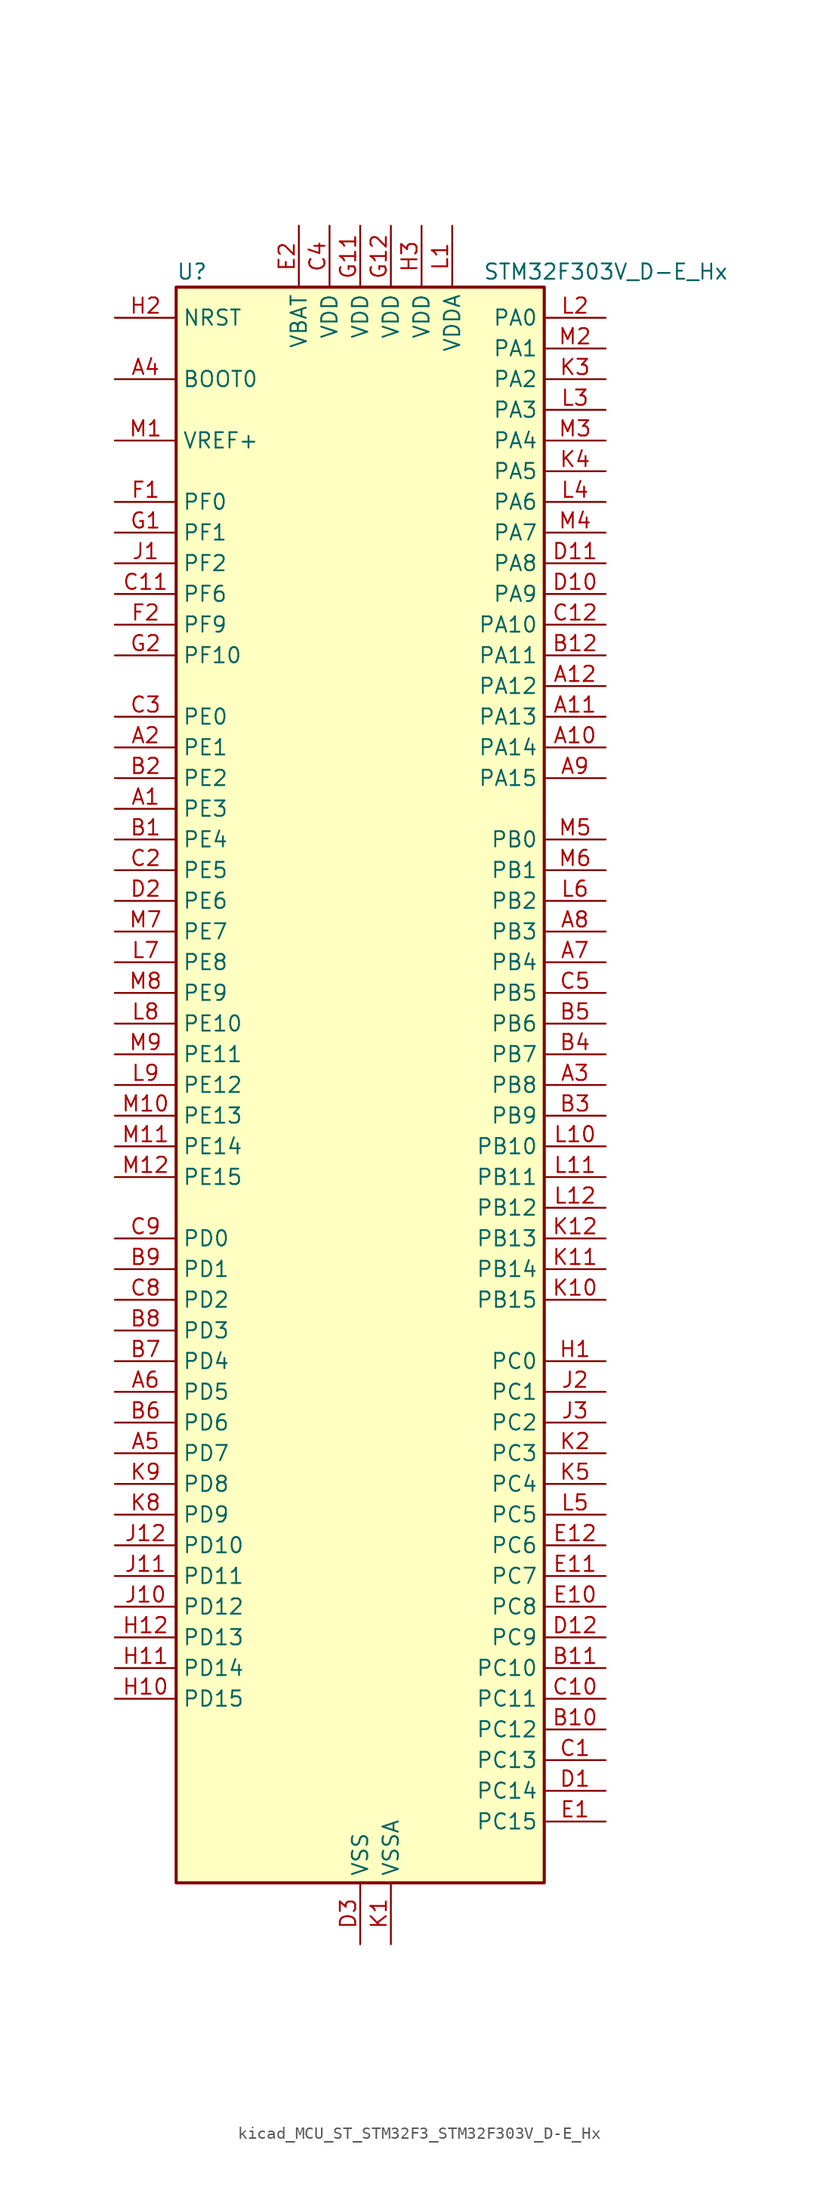
<source format=kicad_sym>
(kicad_symbol_lib
  (version 20220914)
  (generator kicad_symbol_editor)
  (symbol "kicad_MCU_ST_STM32F3_STM32F303V_D-E_Hx"
    (property "Reference" "U"
      (at -15.24 67.31 0)
      (effects (font (size 1.27 1.27)) (justify left)))
    (property "Value" "STM32F303V_D-E_Hx"
      (at 10.16 67.31 0)
      (effects (font (size 1.27 1.27)) (justify left)))
    (property "ki_locked" ""
      (at 0 0 0)
      (effects (font (size 1.27 1.27))))
    (symbol "kicad_MCU_ST_STM32F3_STM32F303V_D-E_Hx_0_1"
      (rectangle (start -15.24 -66.04) (end 15.24 66.04) (stroke (width 0.254) (type default)) (fill (type background))))
    (symbol "kicad_MCU_ST_STM32F3_STM32F303V_D-E_Hx_1_1"
      (pin bidirectional line (at -20.32 22.86 0) (length 5.08) (name "PE3" (effects (font (size 1.27 1.27)))) (number "A1" (effects (font (size 1.27 1.27)))) (alternate "FMC_A19" bidirectional line) (alternate "SPI4_NSS" bidirectional line) (alternate "SYS_TRACED0" bidirectional line) (alternate "TIM20_CH2" bidirectional line) (alternate "TIM3_CH2" bidirectional line) (alternate "TSC_G7_IO2" bidirectional line))
      (pin bidirectional line (at 20.32 27.94 180) (length 5.08) (name "PA14" (effects (font (size 1.27 1.27)))) (number "A10" (effects (font (size 1.27 1.27)))) (alternate "I2C1_SDA" bidirectional line) (alternate "SYS_JTCK-SWCLK" bidirectional line) (alternate "TIM1_BKIN" bidirectional line) (alternate "TIM8_CH2" bidirectional line) (alternate "TSC_G4_IO4" bidirectional line) (alternate "USART2_TX" bidirectional line))
      (pin bidirectional line (at 20.32 30.48 180) (length 5.08) (name "PA13" (effects (font (size 1.27 1.27)))) (number "A11" (effects (font (size 1.27 1.27)))) (alternate "IR_OUT" bidirectional line) (alternate "SYS_JTMS-SWDIO" bidirectional line) (alternate "TIM16_CH1N" bidirectional line) (alternate "TIM4_CH3" bidirectional line) (alternate "TSC_G4_IO3" bidirectional line) (alternate "USART3_CTS" bidirectional line))
      (pin bidirectional line (at 20.32 33.02 180) (length 5.08) (name "PA12" (effects (font (size 1.27 1.27)))) (number "A12" (effects (font (size 1.27 1.27)))) (alternate "CAN_TX" bidirectional line) (alternate "COMP2_OUT" bidirectional line) (alternate "I2S_CKIN" bidirectional line) (alternate "TIM16_CH1" bidirectional line) (alternate "TIM1_CH2N" bidirectional line) (alternate "TIM1_ETR" bidirectional line) (alternate "TIM4_CH2" bidirectional line) (alternate "USART1_DE" bidirectional line) (alternate "USART1_RTS" bidirectional line) (alternate "USB_DP" bidirectional line))
      (pin bidirectional line (at -20.32 27.94 0) (length 5.08) (name "PE1" (effects (font (size 1.27 1.27)))) (number "A2" (effects (font (size 1.27 1.27)))) (alternate "FMC_NBL1" bidirectional line) (alternate "TIM17_CH1" bidirectional line) (alternate "TIM20_CH4" bidirectional line) (alternate "USART1_RX" bidirectional line))
      (pin bidirectional line (at 20.32 0 180) (length 5.08) (name "PB8" (effects (font (size 1.27 1.27)))) (number "A3" (effects (font (size 1.27 1.27)))) (alternate "CAN_RX" bidirectional line) (alternate "COMP1_OUT" bidirectional line) (alternate "I2C1_SCL" bidirectional line) (alternate "TIM16_CH1" bidirectional line) (alternate "TIM1_BKIN" bidirectional line) (alternate "TIM4_CH3" bidirectional line) (alternate "TIM8_CH2" bidirectional line) (alternate "TSC_SYNC" bidirectional line) (alternate "USART3_RX" bidirectional line))
      (pin input line (at -20.32 58.42 0) (length 5.08) (name "BOOT0" (effects (font (size 1.27 1.27)))) (number "A4" (effects (font (size 1.27 1.27)))))
      (pin bidirectional line (at -20.32 -30.48 0) (length 5.08) (name "PD7" (effects (font (size 1.27 1.27)))) (number "A5" (effects (font (size 1.27 1.27)))) (alternate "FMC_NCE2" bidirectional line) (alternate "FMC_NE1" bidirectional line) (alternate "TIM2_CH3" bidirectional line) (alternate "USART2_CK" bidirectional line))
      (pin bidirectional line (at -20.32 -25.4 0) (length 5.08) (name "PD5" (effects (font (size 1.27 1.27)))) (number "A6" (effects (font (size 1.27 1.27)))) (alternate "FMC_NWE" bidirectional line) (alternate "USART2_TX" bidirectional line))
      (pin bidirectional line (at 20.32 10.16 180) (length 5.08) (name "PB4" (effects (font (size 1.27 1.27)))) (number "A7" (effects (font (size 1.27 1.27)))) (alternate "I2S3_ext_SD" bidirectional line) (alternate "SPI1_MISO" bidirectional line) (alternate "SPI3_MISO" bidirectional line) (alternate "SYS_NJTRST" bidirectional line) (alternate "TIM16_CH1" bidirectional line) (alternate "TIM17_BKIN" bidirectional line) (alternate "TIM3_CH1" bidirectional line) (alternate "TIM8_CH2N" bidirectional line) (alternate "TSC_G5_IO2" bidirectional line) (alternate "USART2_RX" bidirectional line))
      (pin bidirectional line (at 20.32 12.7 180) (length 5.08) (name "PB3" (effects (font (size 1.27 1.27)))) (number "A8" (effects (font (size 1.27 1.27)))) (alternate "I2S3_CK" bidirectional line) (alternate "SPI1_SCK" bidirectional line) (alternate "SPI3_SCK" bidirectional line) (alternate "SYS_JTDO-TRACESWO" bidirectional line) (alternate "TIM2_CH2" bidirectional line) (alternate "TIM3_ETR" bidirectional line) (alternate "TIM4_ETR" bidirectional line) (alternate "TIM8_CH1N" bidirectional line) (alternate "TSC_G5_IO1" bidirectional line) (alternate "USART2_TX" bidirectional line))
      (pin bidirectional line (at 20.32 25.4 180) (length 5.08) (name "PA15" (effects (font (size 1.27 1.27)))) (number "A9" (effects (font (size 1.27 1.27)))) (alternate "ADC1_EXTI15" bidirectional line) (alternate "ADC2_EXTI15" bidirectional line) (alternate "ADC3_EXTI15" bidirectional line) (alternate "ADC4_EXTI15" bidirectional line) (alternate "I2C1_SCL" bidirectional line) (alternate "I2S3_WS" bidirectional line) (alternate "SPI1_NSS" bidirectional line) (alternate "SPI3_NSS" bidirectional line) (alternate "SYS_JTDI" bidirectional line) (alternate "TIM1_BKIN" bidirectional line) (alternate "TIM2_CH1" bidirectional line) (alternate "TIM2_ETR" bidirectional line) (alternate "TIM8_CH1" bidirectional line) (alternate "TSC_SYNC" bidirectional line) (alternate "USART2_RX" bidirectional line))
      (pin bidirectional line (at -20.32 20.32 0) (length 5.08) (name "PE4" (effects (font (size 1.27 1.27)))) (number "B1" (effects (font (size 1.27 1.27)))) (alternate "FMC_A20" bidirectional line) (alternate "SPI4_NSS" bidirectional line) (alternate "SYS_TRACED1" bidirectional line) (alternate "TIM20_CH1N" bidirectional line) (alternate "TIM3_CH3" bidirectional line) (alternate "TSC_G7_IO3" bidirectional line))
      (pin bidirectional line (at 20.32 -53.34 180) (length 5.08) (name "PC12" (effects (font (size 1.27 1.27)))) (number "B10" (effects (font (size 1.27 1.27)))) (alternate "I2S3_SD" bidirectional line) (alternate "SPI3_MOSI" bidirectional line) (alternate "TIM8_CH3N" bidirectional line) (alternate "UART5_TX" bidirectional line) (alternate "USART3_CK" bidirectional line))
      (pin bidirectional line (at 20.32 -48.26 180) (length 5.08) (name "PC10" (effects (font (size 1.27 1.27)))) (number "B11" (effects (font (size 1.27 1.27)))) (alternate "I2S3_CK" bidirectional line) (alternate "SPI3_SCK" bidirectional line) (alternate "TIM8_CH1N" bidirectional line) (alternate "UART4_TX" bidirectional line) (alternate "USART3_TX" bidirectional line))
      (pin bidirectional line (at 20.32 35.56 180) (length 5.08) (name "PA11" (effects (font (size 1.27 1.27)))) (number "B12" (effects (font (size 1.27 1.27)))) (alternate "ADC1_EXTI11" bidirectional line) (alternate "ADC2_EXTI11" bidirectional line) (alternate "CAN_RX" bidirectional line) (alternate "COMP1_OUT" bidirectional line) (alternate "I2S2_SD" bidirectional line) (alternate "SPI2_MOSI" bidirectional line) (alternate "TIM1_BKIN2" bidirectional line) (alternate "TIM1_CH1N" bidirectional line) (alternate "TIM1_CH4" bidirectional line) (alternate "TIM4_CH1" bidirectional line) (alternate "USART1_CTS" bidirectional line) (alternate "USB_DM" bidirectional line))
      (pin bidirectional line (at -20.32 25.4 0) (length 5.08) (name "PE2" (effects (font (size 1.27 1.27)))) (number "B2" (effects (font (size 1.27 1.27)))) (alternate "ADC3_EXTI2" bidirectional line) (alternate "ADC4_EXTI2" bidirectional line) (alternate "FMC_A23" bidirectional line) (alternate "SPI4_SCK" bidirectional line) (alternate "SYS_TRACECK" bidirectional line) (alternate "TIM20_CH1" bidirectional line) (alternate "TIM3_CH1" bidirectional line) (alternate "TSC_G7_IO1" bidirectional line))
      (pin bidirectional line (at 20.32 -2.54 180) (length 5.08) (name "PB9" (effects (font (size 1.27 1.27)))) (number "B3" (effects (font (size 1.27 1.27)))) (alternate "CAN_TX" bidirectional line) (alternate "COMP2_OUT" bidirectional line) (alternate "DAC1_EXTI9" bidirectional line) (alternate "I2C1_SDA" bidirectional line) (alternate "IR_OUT" bidirectional line) (alternate "TIM17_CH1" bidirectional line) (alternate "TIM4_CH4" bidirectional line) (alternate "TIM8_CH3" bidirectional line) (alternate "USART3_TX" bidirectional line))
      (pin bidirectional line (at 20.32 2.54 180) (length 5.08) (name "PB7" (effects (font (size 1.27 1.27)))) (number "B4" (effects (font (size 1.27 1.27)))) (alternate "FMC_NL" bidirectional line) (alternate "I2C1_SDA" bidirectional line) (alternate "TIM17_CH1N" bidirectional line) (alternate "TIM3_CH4" bidirectional line) (alternate "TIM4_CH2" bidirectional line) (alternate "TIM8_BKIN" bidirectional line) (alternate "TSC_G5_IO4" bidirectional line) (alternate "USART1_RX" bidirectional line))
      (pin bidirectional line (at 20.32 5.08 180) (length 5.08) (name "PB6" (effects (font (size 1.27 1.27)))) (number "B5" (effects (font (size 1.27 1.27)))) (alternate "I2C1_SCL" bidirectional line) (alternate "TIM16_CH1N" bidirectional line) (alternate "TIM4_CH1" bidirectional line) (alternate "TIM8_BKIN2" bidirectional line) (alternate "TIM8_CH1" bidirectional line) (alternate "TIM8_ETR" bidirectional line) (alternate "TSC_G5_IO3" bidirectional line) (alternate "USART1_TX" bidirectional line))
      (pin bidirectional line (at -20.32 -27.94 0) (length 5.08) (name "PD6" (effects (font (size 1.27 1.27)))) (number "B6" (effects (font (size 1.27 1.27)))) (alternate "FMC_NWAIT" bidirectional line) (alternate "TIM2_CH4" bidirectional line) (alternate "USART2_RX" bidirectional line))
      (pin bidirectional line (at -20.32 -22.86 0) (length 5.08) (name "PD4" (effects (font (size 1.27 1.27)))) (number "B7" (effects (font (size 1.27 1.27)))) (alternate "FMC_NOE" bidirectional line) (alternate "TIM2_CH2" bidirectional line) (alternate "USART2_DE" bidirectional line) (alternate "USART2_RTS" bidirectional line))
      (pin bidirectional line (at -20.32 -20.32 0) (length 5.08) (name "PD3" (effects (font (size 1.27 1.27)))) (number "B8" (effects (font (size 1.27 1.27)))) (alternate "FMC_CLK" bidirectional line) (alternate "TIM2_CH1" bidirectional line) (alternate "TIM2_ETR" bidirectional line) (alternate "USART2_CTS" bidirectional line))
      (pin bidirectional line (at -20.32 -15.24 0) (length 5.08) (name "PD1" (effects (font (size 1.27 1.27)))) (number "B9" (effects (font (size 1.27 1.27)))) (alternate "CAN_TX" bidirectional line) (alternate "FMC_D3" bidirectional line) (alternate "FMC_DA3" bidirectional line) (alternate "TIM8_BKIN2" bidirectional line) (alternate "TIM8_CH4" bidirectional line))
      (pin bidirectional line (at 20.32 -55.88 180) (length 5.08) (name "PC13" (effects (font (size 1.27 1.27)))) (number "C1" (effects (font (size 1.27 1.27)))) (alternate "RTC_OUT_ALARM" bidirectional line) (alternate "RTC_OUT_CALIB" bidirectional line) (alternate "RTC_TAMP1" bidirectional line) (alternate "RTC_TS" bidirectional line) (alternate "SYS_WKUP2" bidirectional line) (alternate "TIM1_CH1N" bidirectional line))
      (pin bidirectional line (at 20.32 -50.8 180) (length 5.08) (name "PC11" (effects (font (size 1.27 1.27)))) (number "C10" (effects (font (size 1.27 1.27)))) (alternate "ADC1_EXTI11" bidirectional line) (alternate "ADC2_EXTI11" bidirectional line) (alternate "I2S3_ext_SD" bidirectional line) (alternate "SPI3_MISO" bidirectional line) (alternate "TIM8_CH2N" bidirectional line) (alternate "UART4_RX" bidirectional line) (alternate "USART3_RX" bidirectional line))
      (pin bidirectional line (at -20.32 40.64 0) (length 5.08) (name "PF6" (effects (font (size 1.27 1.27)))) (number "C11" (effects (font (size 1.27 1.27)))) (alternate "FMC_NIORD" bidirectional line) (alternate "I2C2_SCL" bidirectional line) (alternate "TIM4_CH4" bidirectional line) (alternate "USART3_DE" bidirectional line) (alternate "USART3_RTS" bidirectional line))
      (pin bidirectional line (at 20.32 38.1 180) (length 5.08) (name "PA10" (effects (font (size 1.27 1.27)))) (number "C12" (effects (font (size 1.27 1.27)))) (alternate "COMP6_OUT" bidirectional line) (alternate "I2C2_SDA" bidirectional line) (alternate "I2S2_ext_SD" bidirectional line) (alternate "SPI2_MISO" bidirectional line) (alternate "TIM17_BKIN" bidirectional line) (alternate "TIM1_CH3" bidirectional line) (alternate "TIM2_CH4" bidirectional line) (alternate "TIM8_BKIN" bidirectional line) (alternate "TSC_G4_IO2" bidirectional line) (alternate "USART1_RX" bidirectional line))
      (pin bidirectional line (at -20.32 17.78 0) (length 5.08) (name "PE5" (effects (font (size 1.27 1.27)))) (number "C2" (effects (font (size 1.27 1.27)))) (alternate "FMC_A21" bidirectional line) (alternate "SPI4_MISO" bidirectional line) (alternate "SYS_TRACED2" bidirectional line) (alternate "TIM20_CH2N" bidirectional line) (alternate "TIM3_CH4" bidirectional line) (alternate "TSC_G7_IO4" bidirectional line))
      (pin bidirectional line (at -20.32 30.48 0) (length 5.08) (name "PE0" (effects (font (size 1.27 1.27)))) (number "C3" (effects (font (size 1.27 1.27)))) (alternate "FMC_NBL0" bidirectional line) (alternate "TIM16_CH1" bidirectional line) (alternate "TIM20_ETR" bidirectional line) (alternate "TIM4_ETR" bidirectional line) (alternate "USART1_TX" bidirectional line))
      (pin power_in line (at -2.54 71.12 270) (length 5.08) (name "VDD" (effects (font (size 1.27 1.27)))) (number "C4" (effects (font (size 1.27 1.27)))))
      (pin bidirectional line (at 20.32 7.62 180) (length 5.08) (name "PB5" (effects (font (size 1.27 1.27)))) (number "C5" (effects (font (size 1.27 1.27)))) (alternate "I2C1_SMBA" bidirectional line) (alternate "I2C3_SDA" bidirectional line) (alternate "I2S3_SD" bidirectional line) (alternate "SPI1_MOSI" bidirectional line) (alternate "SPI3_MOSI" bidirectional line) (alternate "TIM16_BKIN" bidirectional line) (alternate "TIM17_CH1" bidirectional line) (alternate "TIM3_CH2" bidirectional line) (alternate "TIM8_CH3N" bidirectional line) (alternate "USART2_CK" bidirectional line))
      (pin bidirectional line (at -20.32 -17.78 0) (length 5.08) (name "PD2" (effects (font (size 1.27 1.27)))) (number "C8" (effects (font (size 1.27 1.27)))) (alternate "ADC3_EXTI2" bidirectional line) (alternate "ADC4_EXTI2" bidirectional line) (alternate "TIM3_ETR" bidirectional line) (alternate "TIM8_BKIN" bidirectional line) (alternate "UART5_RX" bidirectional line))
      (pin bidirectional line (at -20.32 -12.7 0) (length 5.08) (name "PD0" (effects (font (size 1.27 1.27)))) (number "C9" (effects (font (size 1.27 1.27)))) (alternate "CAN_RX" bidirectional line) (alternate "FMC_D2" bidirectional line) (alternate "FMC_DA2" bidirectional line))
      (pin bidirectional line (at 20.32 -58.42 180) (length 5.08) (name "PC14" (effects (font (size 1.27 1.27)))) (number "D1" (effects (font (size 1.27 1.27)))) (alternate "RCC_OSC32_IN" bidirectional line))
      (pin bidirectional line (at 20.32 40.64 180) (length 5.08) (name "PA9" (effects (font (size 1.27 1.27)))) (number "D10" (effects (font (size 1.27 1.27)))) (alternate "COMP5_OUT" bidirectional line) (alternate "DAC1_EXTI9" bidirectional line) (alternate "I2C2_SCL" bidirectional line) (alternate "I2C3_SMBA" bidirectional line) (alternate "I2S3_MCK" bidirectional line) (alternate "TIM15_BKIN" bidirectional line) (alternate "TIM1_CH2" bidirectional line) (alternate "TIM2_CH3" bidirectional line) (alternate "TSC_G4_IO1" bidirectional line) (alternate "USART1_TX" bidirectional line))
      (pin bidirectional line (at 20.32 43.18 180) (length 5.08) (name "PA8" (effects (font (size 1.27 1.27)))) (number "D11" (effects (font (size 1.27 1.27)))) (alternate "COMP3_OUT" bidirectional line) (alternate "I2C2_SMBA" bidirectional line) (alternate "I2C3_SCL" bidirectional line) (alternate "I2S2_MCK" bidirectional line) (alternate "RCC_MCO" bidirectional line) (alternate "TIM1_CH1" bidirectional line) (alternate "TIM4_ETR" bidirectional line) (alternate "USART1_CK" bidirectional line))
      (pin bidirectional line (at 20.32 -45.72 180) (length 5.08) (name "PC9" (effects (font (size 1.27 1.27)))) (number "D12" (effects (font (size 1.27 1.27)))) (alternate "DAC1_EXTI9" bidirectional line) (alternate "I2C3_SDA" bidirectional line) (alternate "I2S_CKIN" bidirectional line) (alternate "TIM3_CH4" bidirectional line) (alternate "TIM8_BKIN2" bidirectional line) (alternate "TIM8_CH4" bidirectional line))
      (pin bidirectional line (at -20.32 15.24 0) (length 5.08) (name "PE6" (effects (font (size 1.27 1.27)))) (number "D2" (effects (font (size 1.27 1.27)))) (alternate "FMC_A22" bidirectional line) (alternate "RTC_TAMP3" bidirectional line) (alternate "SPI4_MOSI" bidirectional line) (alternate "SYS_TRACED3" bidirectional line) (alternate "SYS_WKUP3" bidirectional line) (alternate "TIM20_CH3N" bidirectional line))
      (pin power_in line (at 0 -71.12 90) (length 5.08) (name "VSS" (effects (font (size 1.27 1.27)))) (number "D3" (effects (font (size 1.27 1.27)))))
      (pin bidirectional line (at 20.32 -60.96 180) (length 5.08) (name "PC15" (effects (font (size 1.27 1.27)))) (number "E1" (effects (font (size 1.27 1.27)))) (alternate "ADC1_EXTI15" bidirectional line) (alternate "ADC2_EXTI15" bidirectional line) (alternate "ADC3_EXTI15" bidirectional line) (alternate "ADC4_EXTI15" bidirectional line) (alternate "RCC_OSC32_OUT" bidirectional line))
      (pin bidirectional line (at 20.32 -43.18 180) (length 5.08) (name "PC8" (effects (font (size 1.27 1.27)))) (number "E10" (effects (font (size 1.27 1.27)))) (alternate "COMP3_OUT" bidirectional line) (alternate "TIM3_CH3" bidirectional line) (alternate "TIM8_CH3" bidirectional line))
      (pin bidirectional line (at 20.32 -40.64 180) (length 5.08) (name "PC7" (effects (font (size 1.27 1.27)))) (number "E11" (effects (font (size 1.27 1.27)))) (alternate "COMP5_OUT" bidirectional line) (alternate "I2S3_MCK" bidirectional line) (alternate "TIM3_CH2" bidirectional line) (alternate "TIM8_CH2" bidirectional line))
      (pin bidirectional line (at 20.32 -38.1 180) (length 5.08) (name "PC6" (effects (font (size 1.27 1.27)))) (number "E12" (effects (font (size 1.27 1.27)))) (alternate "COMP6_OUT" bidirectional line) (alternate "I2S2_MCK" bidirectional line) (alternate "TIM3_CH1" bidirectional line) (alternate "TIM8_CH1" bidirectional line))
      (pin power_in line (at -5.08 71.12 270) (length 5.08) (name "VBAT" (effects (font (size 1.27 1.27)))) (number "E2" (effects (font (size 1.27 1.27)))))
      (pin passive line (at 0 -71.12 90) (length 5.08) hide (name "VSS" (effects (font (size 1.27 1.27)))) (number "E3" (effects (font (size 1.27 1.27)))))
      (pin bidirectional line (at -20.32 48.26 0) (length 5.08) (name "PF0" (effects (font (size 1.27 1.27)))) (number "F1" (effects (font (size 1.27 1.27)))) (alternate "I2C2_SDA" bidirectional line) (alternate "I2S2_WS" bidirectional line) (alternate "RCC_OSC_IN" bidirectional line) (alternate "SPI2_NSS" bidirectional line) (alternate "TIM1_CH3N" bidirectional line))
      (pin passive line (at 0 -71.12 90) (length 5.08) hide (name "VSS" (effects (font (size 1.27 1.27)))) (number "F11" (effects (font (size 1.27 1.27)))))
      (pin passive line (at 0 -71.12 90) (length 5.08) hide (name "VSS" (effects (font (size 1.27 1.27)))) (number "F12" (effects (font (size 1.27 1.27)))))
      (pin bidirectional line (at -20.32 38.1 0) (length 5.08) (name "PF9" (effects (font (size 1.27 1.27)))) (number "F2" (effects (font (size 1.27 1.27)))) (alternate "DAC1_EXTI9" bidirectional line) (alternate "FMC_CD" bidirectional line) (alternate "SPI2_SCK" bidirectional line) (alternate "TIM15_CH1" bidirectional line) (alternate "TIM20_BKIN" bidirectional line))
      (pin bidirectional line (at -20.32 45.72 0) (length 5.08) (name "PF1" (effects (font (size 1.27 1.27)))) (number "G1" (effects (font (size 1.27 1.27)))) (alternate "I2C2_SCL" bidirectional line) (alternate "I2S2_CK" bidirectional line) (alternate "RCC_OSC_OUT" bidirectional line) (alternate "SPI2_SCK" bidirectional line))
      (pin power_in line (at 0 71.12 270) (length 5.08) (name "VDD" (effects (font (size 1.27 1.27)))) (number "G11" (effects (font (size 1.27 1.27)))))
      (pin power_in line (at 2.54 71.12 270) (length 5.08) (name "VDD" (effects (font (size 1.27 1.27)))) (number "G12" (effects (font (size 1.27 1.27)))))
      (pin bidirectional line (at -20.32 35.56 0) (length 5.08) (name "PF10" (effects (font (size 1.27 1.27)))) (number "G2" (effects (font (size 1.27 1.27)))) (alternate "FMC_INTR" bidirectional line) (alternate "SPI2_SCK" bidirectional line) (alternate "TIM15_CH2" bidirectional line) (alternate "TIM20_BKIN2" bidirectional line))
      (pin bidirectional line (at 20.32 -22.86 180) (length 5.08) (name "PC0" (effects (font (size 1.27 1.27)))) (number "H1" (effects (font (size 1.27 1.27)))) (alternate "ADC1_IN6" bidirectional line) (alternate "ADC2_IN6" bidirectional line) (alternate "COMP7_INM" bidirectional line) (alternate "TIM1_CH1" bidirectional line))
      (pin bidirectional line (at -20.32 -50.8 0) (length 5.08) (name "PD15" (effects (font (size 1.27 1.27)))) (number "H10" (effects (font (size 1.27 1.27)))) (alternate "ADC1_EXTI15" bidirectional line) (alternate "ADC2_EXTI15" bidirectional line) (alternate "ADC3_EXTI15" bidirectional line) (alternate "ADC4_EXTI15" bidirectional line) (alternate "COMP3_INM" bidirectional line) (alternate "FMC_D1" bidirectional line) (alternate "FMC_DA1" bidirectional line) (alternate "SPI2_NSS" bidirectional line) (alternate "TIM4_CH4" bidirectional line) (alternate "TSC_G8_IO4" bidirectional line))
      (pin bidirectional line (at -20.32 -48.26 0) (length 5.08) (name "PD14" (effects (font (size 1.27 1.27)))) (number "H11" (effects (font (size 1.27 1.27)))) (alternate "ADC3_IN11" bidirectional line) (alternate "ADC4_IN11" bidirectional line) (alternate "FMC_D0" bidirectional line) (alternate "FMC_DA0" bidirectional line) (alternate "OPAMP2_VINP" bidirectional line) (alternate "OPAMP2_VINP_SEC" bidirectional line) (alternate "TIM4_CH3" bidirectional line) (alternate "TSC_G8_IO3" bidirectional line))
      (pin bidirectional line (at -20.32 -45.72 0) (length 5.08) (name "PD13" (effects (font (size 1.27 1.27)))) (number "H12" (effects (font (size 1.27 1.27)))) (alternate "ADC3_IN10" bidirectional line) (alternate "ADC4_IN10" bidirectional line) (alternate "COMP5_INM" bidirectional line) (alternate "FMC_A18" bidirectional line) (alternate "TIM4_CH2" bidirectional line) (alternate "TSC_G8_IO2" bidirectional line))
      (pin input line (at -20.32 63.5 0) (length 5.08) (name "NRST" (effects (font (size 1.27 1.27)))) (number "H2" (effects (font (size 1.27 1.27)))))
      (pin power_in line (at 5.08 71.12 270) (length 5.08) (name "VDD" (effects (font (size 1.27 1.27)))) (number "H3" (effects (font (size 1.27 1.27)))))
      (pin bidirectional line (at -20.32 43.18 0) (length 5.08) (name "PF2" (effects (font (size 1.27 1.27)))) (number "J1" (effects (font (size 1.27 1.27)))) (alternate "ADC1_IN10" bidirectional line) (alternate "ADC2_IN10" bidirectional line) (alternate "ADC3_EXTI2" bidirectional line) (alternate "ADC4_EXTI2" bidirectional line) (alternate "FMC_A2" bidirectional line) (alternate "TIM20_CH3" bidirectional line))
      (pin bidirectional line (at -20.32 -43.18 0) (length 5.08) (name "PD12" (effects (font (size 1.27 1.27)))) (number "J10" (effects (font (size 1.27 1.27)))) (alternate "ADC3_IN9" bidirectional line) (alternate "ADC4_IN9" bidirectional line) (alternate "FMC_A17" bidirectional line) (alternate "FMC_ALE" bidirectional line) (alternate "TIM4_CH1" bidirectional line) (alternate "TSC_G8_IO1" bidirectional line) (alternate "USART3_DE" bidirectional line) (alternate "USART3_RTS" bidirectional line))
      (pin bidirectional line (at -20.32 -40.64 0) (length 5.08) (name "PD11" (effects (font (size 1.27 1.27)))) (number "J11" (effects (font (size 1.27 1.27)))) (alternate "ADC1_EXTI11" bidirectional line) (alternate "ADC2_EXTI11" bidirectional line) (alternate "ADC3_IN8" bidirectional line) (alternate "ADC4_IN8" bidirectional line) (alternate "FMC_A16" bidirectional line) (alternate "FMC_CLE" bidirectional line) (alternate "OPAMP4_VINP" bidirectional line) (alternate "OPAMP4_VINP_SEC" bidirectional line) (alternate "USART3_CTS" bidirectional line))
      (pin bidirectional line (at -20.32 -38.1 0) (length 5.08) (name "PD10" (effects (font (size 1.27 1.27)))) (number "J12" (effects (font (size 1.27 1.27)))) (alternate "ADC3_IN7" bidirectional line) (alternate "ADC4_IN7" bidirectional line) (alternate "COMP6_INM" bidirectional line) (alternate "FMC_D15" bidirectional line) (alternate "FMC_DA15" bidirectional line) (alternate "USART3_CK" bidirectional line))
      (pin bidirectional line (at 20.32 -25.4 180) (length 5.08) (name "PC1" (effects (font (size 1.27 1.27)))) (number "J2" (effects (font (size 1.27 1.27)))) (alternate "ADC1_IN7" bidirectional line) (alternate "ADC2_IN7" bidirectional line) (alternate "COMP7_INP" bidirectional line) (alternate "TIM1_CH2" bidirectional line))
      (pin bidirectional line (at 20.32 -27.94 180) (length 5.08) (name "PC2" (effects (font (size 1.27 1.27)))) (number "J3" (effects (font (size 1.27 1.27)))) (alternate "ADC1_IN8" bidirectional line) (alternate "ADC2_IN8" bidirectional line) (alternate "ADC3_EXTI2" bidirectional line) (alternate "ADC4_EXTI2" bidirectional line) (alternate "COMP7_OUT" bidirectional line) (alternate "TIM1_CH3" bidirectional line))
      (pin power_in line (at 2.54 -71.12 90) (length 5.08) (name "VSSA" (effects (font (size 1.27 1.27)))) (number "K1" (effects (font (size 1.27 1.27)))))
      (pin bidirectional line (at 20.32 -17.78 180) (length 5.08) (name "PB15" (effects (font (size 1.27 1.27)))) (number "K10" (effects (font (size 1.27 1.27)))) (alternate "ADC1_EXTI15" bidirectional line) (alternate "ADC2_EXTI15" bidirectional line) (alternate "ADC3_EXTI15" bidirectional line) (alternate "ADC4_EXTI15" bidirectional line) (alternate "ADC4_IN5" bidirectional line) (alternate "COMP6_INM" bidirectional line) (alternate "I2S2_SD" bidirectional line) (alternate "RTC_REFIN" bidirectional line) (alternate "SPI2_MOSI" bidirectional line) (alternate "TIM15_CH1N" bidirectional line) (alternate "TIM15_CH2" bidirectional line) (alternate "TIM1_CH3N" bidirectional line))
      (pin bidirectional line (at 20.32 -15.24 180) (length 5.08) (name "PB14" (effects (font (size 1.27 1.27)))) (number "K11" (effects (font (size 1.27 1.27)))) (alternate "ADC4_IN4" bidirectional line) (alternate "COMP3_INP" bidirectional line) (alternate "I2S2_ext_SD" bidirectional line) (alternate "OPAMP2_VINP" bidirectional line) (alternate "OPAMP2_VINP_SEC" bidirectional line) (alternate "SPI2_MISO" bidirectional line) (alternate "TIM15_CH1" bidirectional line) (alternate "TIM1_CH2N" bidirectional line) (alternate "TSC_G6_IO4" bidirectional line) (alternate "USART3_DE" bidirectional line) (alternate "USART3_RTS" bidirectional line))
      (pin bidirectional line (at 20.32 -12.7 180) (length 5.08) (name "PB13" (effects (font (size 1.27 1.27)))) (number "K12" (effects (font (size 1.27 1.27)))) (alternate "ADC3_IN5" bidirectional line) (alternate "COMP5_INP" bidirectional line) (alternate "I2S2_CK" bidirectional line) (alternate "OPAMP3_VINP" bidirectional line) (alternate "OPAMP3_VINP_SEC" bidirectional line) (alternate "OPAMP4_VINP" bidirectional line) (alternate "OPAMP4_VINP_SEC" bidirectional line) (alternate "SPI2_SCK" bidirectional line) (alternate "TIM1_CH1N" bidirectional line) (alternate "TSC_G6_IO3" bidirectional line) (alternate "USART3_CTS" bidirectional line))
      (pin bidirectional line (at 20.32 -30.48 180) (length 5.08) (name "PC3" (effects (font (size 1.27 1.27)))) (number "K2" (effects (font (size 1.27 1.27)))) (alternate "ADC1_IN9" bidirectional line) (alternate "ADC2_IN9" bidirectional line) (alternate "TIM1_BKIN2" bidirectional line) (alternate "TIM1_CH4" bidirectional line))
      (pin bidirectional line (at 20.32 58.42 180) (length 5.08) (name "PA2" (effects (font (size 1.27 1.27)))) (number "K3" (effects (font (size 1.27 1.27)))) (alternate "ADC1_IN3" bidirectional line) (alternate "ADC3_EXTI2" bidirectional line) (alternate "ADC4_EXTI2" bidirectional line) (alternate "COMP2_INM" bidirectional line) (alternate "COMP2_OUT" bidirectional line) (alternate "OPAMP1_VOUT" bidirectional line) (alternate "TIM15_CH1" bidirectional line) (alternate "TIM2_CH3" bidirectional line) (alternate "TSC_G1_IO3" bidirectional line) (alternate "USART2_TX" bidirectional line))
      (pin bidirectional line (at 20.32 50.8 180) (length 5.08) (name "PA5" (effects (font (size 1.27 1.27)))) (number "K4" (effects (font (size 1.27 1.27)))) (alternate "ADC2_IN2" bidirectional line) (alternate "COMP1_INM" bidirectional line) (alternate "COMP2_INM" bidirectional line) (alternate "COMP3_INM" bidirectional line) (alternate "COMP4_INM" bidirectional line) (alternate "COMP5_INM" bidirectional line) (alternate "COMP6_INM" bidirectional line) (alternate "COMP7_INM" bidirectional line) (alternate "DAC1_OUT2" bidirectional line) (alternate "OPAMP1_VINP" bidirectional line) (alternate "OPAMP1_VINP_SEC" bidirectional line) (alternate "OPAMP2_VINM" bidirectional line) (alternate "OPAMP2_VINM_SEC" bidirectional line) (alternate "OPAMP3_VINP" bidirectional line) (alternate "OPAMP3_VINP_SEC" bidirectional line) (alternate "SPI1_SCK" bidirectional line) (alternate "TIM2_CH1" bidirectional line) (alternate "TIM2_ETR" bidirectional line) (alternate "TSC_G2_IO2" bidirectional line))
      (pin bidirectional line (at 20.32 -33.02 180) (length 5.08) (name "PC4" (effects (font (size 1.27 1.27)))) (number "K5" (effects (font (size 1.27 1.27)))) (alternate "ADC2_IN5" bidirectional line) (alternate "TIM1_ETR" bidirectional line) (alternate "USART1_TX" bidirectional line))
      (pin bidirectional line (at -20.32 -35.56 0) (length 5.08) (name "PD9" (effects (font (size 1.27 1.27)))) (number "K8" (effects (font (size 1.27 1.27)))) (alternate "ADC4_IN13" bidirectional line) (alternate "DAC1_EXTI9" bidirectional line) (alternate "FMC_D14" bidirectional line) (alternate "FMC_DA14" bidirectional line) (alternate "USART3_RX" bidirectional line))
      (pin bidirectional line (at -20.32 -33.02 0) (length 5.08) (name "PD8" (effects (font (size 1.27 1.27)))) (number "K9" (effects (font (size 1.27 1.27)))) (alternate "ADC4_IN12" bidirectional line) (alternate "FMC_D13" bidirectional line) (alternate "FMC_DA13" bidirectional line) (alternate "OPAMP4_VINM" bidirectional line) (alternate "OPAMP4_VINM_SEC" bidirectional line) (alternate "USART3_TX" bidirectional line))
      (pin power_in line (at 7.62 71.12 270) (length 5.08) (name "VDDA" (effects (font (size 1.27 1.27)))) (number "L1" (effects (font (size 1.27 1.27)))))
      (pin bidirectional line (at 20.32 -5.08 180) (length 5.08) (name "PB10" (effects (font (size 1.27 1.27)))) (number "L10" (effects (font (size 1.27 1.27)))) (alternate "COMP5_INM" bidirectional line) (alternate "OPAMP3_VINM" bidirectional line) (alternate "OPAMP3_VINM_SEC" bidirectional line) (alternate "OPAMP4_VINM" bidirectional line) (alternate "OPAMP4_VINM_SEC" bidirectional line) (alternate "TIM2_CH3" bidirectional line) (alternate "TSC_SYNC" bidirectional line) (alternate "USART3_TX" bidirectional line))
      (pin bidirectional line (at 20.32 -7.62 180) (length 5.08) (name "PB11" (effects (font (size 1.27 1.27)))) (number "L11" (effects (font (size 1.27 1.27)))) (alternate "ADC1_EXTI11" bidirectional line) (alternate "ADC1_IN14" bidirectional line) (alternate "ADC2_EXTI11" bidirectional line) (alternate "ADC2_IN14" bidirectional line) (alternate "COMP6_INP" bidirectional line) (alternate "OPAMP4_VINP" bidirectional line) (alternate "OPAMP4_VINP_SEC" bidirectional line) (alternate "TIM2_CH4" bidirectional line) (alternate "TSC_G6_IO1" bidirectional line) (alternate "USART3_RX" bidirectional line))
      (pin bidirectional line (at 20.32 -10.16 180) (length 5.08) (name "PB12" (effects (font (size 1.27 1.27)))) (number "L12" (effects (font (size 1.27 1.27)))) (alternate "ADC4_IN3" bidirectional line) (alternate "COMP3_INM" bidirectional line) (alternate "I2C2_SMBA" bidirectional line) (alternate "I2S2_WS" bidirectional line) (alternate "OPAMP4_VOUT" bidirectional line) (alternate "SPI2_NSS" bidirectional line) (alternate "TIM1_BKIN" bidirectional line) (alternate "TSC_G6_IO2" bidirectional line) (alternate "USART3_CK" bidirectional line))
      (pin bidirectional line (at 20.32 63.5 180) (length 5.08) (name "PA0" (effects (font (size 1.27 1.27)))) (number "L2" (effects (font (size 1.27 1.27)))) (alternate "ADC1_IN1" bidirectional line) (alternate "COMP1_INM" bidirectional line) (alternate "COMP1_OUT" bidirectional line) (alternate "RTC_TAMP2" bidirectional line) (alternate "SYS_WKUP1" bidirectional line) (alternate "TIM2_CH1" bidirectional line) (alternate "TIM2_ETR" bidirectional line) (alternate "TIM8_BKIN" bidirectional line) (alternate "TIM8_ETR" bidirectional line) (alternate "TSC_G1_IO1" bidirectional line) (alternate "USART2_CTS" bidirectional line))
      (pin bidirectional line (at 20.32 55.88 180) (length 5.08) (name "PA3" (effects (font (size 1.27 1.27)))) (number "L3" (effects (font (size 1.27 1.27)))) (alternate "ADC1_IN4" bidirectional line) (alternate "OPAMP1_VINM" bidirectional line) (alternate "OPAMP1_VINM_SEC" bidirectional line) (alternate "OPAMP1_VINP" bidirectional line) (alternate "OPAMP1_VINP_SEC" bidirectional line) (alternate "TIM15_CH2" bidirectional line) (alternate "TIM2_CH4" bidirectional line) (alternate "TSC_G1_IO4" bidirectional line) (alternate "USART2_RX" bidirectional line))
      (pin bidirectional line (at 20.32 48.26 180) (length 5.08) (name "PA6" (effects (font (size 1.27 1.27)))) (number "L4" (effects (font (size 1.27 1.27)))) (alternate "ADC2_IN3" bidirectional line) (alternate "COMP1_OUT" bidirectional line) (alternate "OPAMP2_VOUT" bidirectional line) (alternate "SPI1_MISO" bidirectional line) (alternate "TIM16_CH1" bidirectional line) (alternate "TIM1_BKIN" bidirectional line) (alternate "TIM3_CH1" bidirectional line) (alternate "TIM8_BKIN" bidirectional line) (alternate "TSC_G2_IO3" bidirectional line))
      (pin bidirectional line (at 20.32 -35.56 180) (length 5.08) (name "PC5" (effects (font (size 1.27 1.27)))) (number "L5" (effects (font (size 1.27 1.27)))) (alternate "ADC2_IN11" bidirectional line) (alternate "OPAMP1_VINM" bidirectional line) (alternate "OPAMP1_VINM_SEC" bidirectional line) (alternate "OPAMP2_VINM" bidirectional line) (alternate "OPAMP2_VINM_SEC" bidirectional line) (alternate "TIM15_BKIN" bidirectional line) (alternate "TSC_G3_IO1" bidirectional line) (alternate "USART1_RX" bidirectional line))
      (pin bidirectional line (at 20.32 15.24 180) (length 5.08) (name "PB2" (effects (font (size 1.27 1.27)))) (number "L6" (effects (font (size 1.27 1.27)))) (alternate "ADC2_IN12" bidirectional line) (alternate "ADC3_EXTI2" bidirectional line) (alternate "ADC4_EXTI2" bidirectional line) (alternate "COMP4_INM" bidirectional line) (alternate "OPAMP3_VINM" bidirectional line) (alternate "OPAMP3_VINM_SEC" bidirectional line) (alternate "TSC_G3_IO4" bidirectional line))
      (pin bidirectional line (at -20.32 10.16 0) (length 5.08) (name "PE8" (effects (font (size 1.27 1.27)))) (number "L7" (effects (font (size 1.27 1.27)))) (alternate "ADC3_IN6" bidirectional line) (alternate "ADC4_IN6" bidirectional line) (alternate "COMP4_INM" bidirectional line) (alternate "FMC_D5" bidirectional line) (alternate "FMC_DA5" bidirectional line) (alternate "TIM1_CH1N" bidirectional line))
      (pin bidirectional line (at -20.32 5.08 0) (length 5.08) (name "PE10" (effects (font (size 1.27 1.27)))) (number "L8" (effects (font (size 1.27 1.27)))) (alternate "ADC3_IN14" bidirectional line) (alternate "FMC_D7" bidirectional line) (alternate "FMC_DA7" bidirectional line) (alternate "TIM1_CH2N" bidirectional line))
      (pin bidirectional line (at -20.32 0 0) (length 5.08) (name "PE12" (effects (font (size 1.27 1.27)))) (number "L9" (effects (font (size 1.27 1.27)))) (alternate "ADC3_IN16" bidirectional line) (alternate "FMC_D9" bidirectional line) (alternate "FMC_DA9" bidirectional line) (alternate "SPI4_SCK" bidirectional line) (alternate "TIM1_CH3N" bidirectional line))
      (pin input line (at -20.32 53.34 0) (length 5.08) (name "VREF+" (effects (font (size 1.27 1.27)))) (number "M1" (effects (font (size 1.27 1.27)))))
      (pin bidirectional line (at -20.32 -2.54 0) (length 5.08) (name "PE13" (effects (font (size 1.27 1.27)))) (number "M10" (effects (font (size 1.27 1.27)))) (alternate "ADC3_IN3" bidirectional line) (alternate "FMC_D10" bidirectional line) (alternate "FMC_DA10" bidirectional line) (alternate "SPI4_MISO" bidirectional line) (alternate "TIM1_CH3" bidirectional line))
      (pin bidirectional line (at -20.32 -5.08 0) (length 5.08) (name "PE14" (effects (font (size 1.27 1.27)))) (number "M11" (effects (font (size 1.27 1.27)))) (alternate "ADC4_IN1" bidirectional line) (alternate "FMC_D11" bidirectional line) (alternate "FMC_DA11" bidirectional line) (alternate "SPI4_MOSI" bidirectional line) (alternate "TIM1_BKIN2" bidirectional line) (alternate "TIM1_CH4" bidirectional line))
      (pin bidirectional line (at -20.32 -7.62 0) (length 5.08) (name "PE15" (effects (font (size 1.27 1.27)))) (number "M12" (effects (font (size 1.27 1.27)))) (alternate "ADC1_EXTI15" bidirectional line) (alternate "ADC2_EXTI15" bidirectional line) (alternate "ADC3_EXTI15" bidirectional line) (alternate "ADC4_EXTI15" bidirectional line) (alternate "ADC4_IN2" bidirectional line) (alternate "FMC_D12" bidirectional line) (alternate "FMC_DA12" bidirectional line) (alternate "TIM1_BKIN" bidirectional line) (alternate "USART3_RX" bidirectional line))
      (pin bidirectional line (at 20.32 60.96 180) (length 5.08) (name "PA1" (effects (font (size 1.27 1.27)))) (number "M2" (effects (font (size 1.27 1.27)))) (alternate "ADC1_IN2" bidirectional line) (alternate "COMP1_INP" bidirectional line) (alternate "OPAMP1_VINP" bidirectional line) (alternate "OPAMP1_VINP_SEC" bidirectional line) (alternate "OPAMP3_VINP" bidirectional line) (alternate "OPAMP3_VINP_SEC" bidirectional line) (alternate "RTC_REFIN" bidirectional line) (alternate "TIM15_CH1N" bidirectional line) (alternate "TIM2_CH2" bidirectional line) (alternate "TSC_G1_IO2" bidirectional line) (alternate "USART2_DE" bidirectional line) (alternate "USART2_RTS" bidirectional line))
      (pin bidirectional line (at 20.32 53.34 180) (length 5.08) (name "PA4" (effects (font (size 1.27 1.27)))) (number "M3" (effects (font (size 1.27 1.27)))) (alternate "ADC2_IN1" bidirectional line) (alternate "COMP1_INM" bidirectional line) (alternate "COMP2_INM" bidirectional line) (alternate "COMP3_INM" bidirectional line) (alternate "COMP4_INM" bidirectional line) (alternate "COMP5_INM" bidirectional line) (alternate "COMP6_INM" bidirectional line) (alternate "COMP7_INM" bidirectional line) (alternate "DAC1_OUT1" bidirectional line) (alternate "I2S3_WS" bidirectional line) (alternate "OPAMP4_VINP" bidirectional line) (alternate "OPAMP4_VINP_SEC" bidirectional line) (alternate "SPI1_NSS" bidirectional line) (alternate "SPI3_NSS" bidirectional line) (alternate "TIM3_CH2" bidirectional line) (alternate "TSC_G2_IO1" bidirectional line) (alternate "USART2_CK" bidirectional line))
      (pin bidirectional line (at 20.32 45.72 180) (length 5.08) (name "PA7" (effects (font (size 1.27 1.27)))) (number "M4" (effects (font (size 1.27 1.27)))) (alternate "ADC2_IN4" bidirectional line) (alternate "COMP2_INP" bidirectional line) (alternate "OPAMP1_VINP" bidirectional line) (alternate "OPAMP1_VINP_SEC" bidirectional line) (alternate "OPAMP2_VINP" bidirectional line) (alternate "OPAMP2_VINP_SEC" bidirectional line) (alternate "SPI1_MOSI" bidirectional line) (alternate "TIM17_CH1" bidirectional line) (alternate "TIM1_CH1N" bidirectional line) (alternate "TIM3_CH2" bidirectional line) (alternate "TIM8_CH1N" bidirectional line) (alternate "TSC_G2_IO4" bidirectional line))
      (pin bidirectional line (at 20.32 20.32 180) (length 5.08) (name "PB0" (effects (font (size 1.27 1.27)))) (number "M5" (effects (font (size 1.27 1.27)))) (alternate "ADC3_IN12" bidirectional line) (alternate "COMP4_INP" bidirectional line) (alternate "OPAMP2_VINP" bidirectional line) (alternate "OPAMP2_VINP_SEC" bidirectional line) (alternate "OPAMP3_VINP" bidirectional line) (alternate "OPAMP3_VINP_SEC" bidirectional line) (alternate "TIM1_CH2N" bidirectional line) (alternate "TIM3_CH3" bidirectional line) (alternate "TIM8_CH2N" bidirectional line) (alternate "TSC_G3_IO2" bidirectional line))
      (pin bidirectional line (at 20.32 17.78 180) (length 5.08) (name "PB1" (effects (font (size 1.27 1.27)))) (number "M6" (effects (font (size 1.27 1.27)))) (alternate "ADC3_IN1" bidirectional line) (alternate "COMP4_OUT" bidirectional line) (alternate "OPAMP3_VOUT" bidirectional line) (alternate "TIM1_CH3N" bidirectional line) (alternate "TIM3_CH4" bidirectional line) (alternate "TIM8_CH3N" bidirectional line) (alternate "TSC_G3_IO3" bidirectional line))
      (pin bidirectional line (at -20.32 12.7 0) (length 5.08) (name "PE7" (effects (font (size 1.27 1.27)))) (number "M7" (effects (font (size 1.27 1.27)))) (alternate "ADC3_IN13" bidirectional line) (alternate "FMC_D4" bidirectional line) (alternate "FMC_DA4" bidirectional line) (alternate "TIM1_ETR" bidirectional line))
      (pin bidirectional line (at -20.32 7.62 0) (length 5.08) (name "PE9" (effects (font (size 1.27 1.27)))) (number "M8" (effects (font (size 1.27 1.27)))) (alternate "ADC3_IN2" bidirectional line) (alternate "DAC1_EXTI9" bidirectional line) (alternate "FMC_D6" bidirectional line) (alternate "FMC_DA6" bidirectional line) (alternate "TIM1_CH1" bidirectional line))
      (pin bidirectional line (at -20.32 2.54 0) (length 5.08) (name "PE11" (effects (font (size 1.27 1.27)))) (number "M9" (effects (font (size 1.27 1.27)))) (alternate "ADC1_EXTI11" bidirectional line) (alternate "ADC2_EXTI11" bidirectional line) (alternate "ADC3_IN15" bidirectional line) (alternate "FMC_D8" bidirectional line) (alternate "FMC_DA8" bidirectional line) (alternate "SPI4_NSS" bidirectional line) (alternate "TIM1_CH2" bidirectional line)))))
</source>
